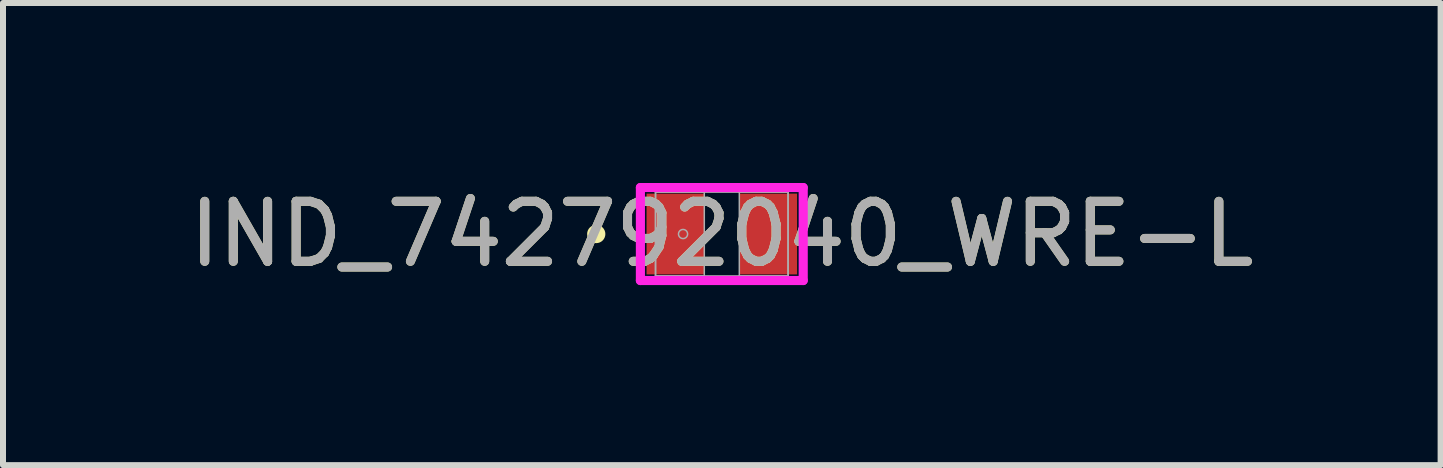
<source format=kicad_pcb>
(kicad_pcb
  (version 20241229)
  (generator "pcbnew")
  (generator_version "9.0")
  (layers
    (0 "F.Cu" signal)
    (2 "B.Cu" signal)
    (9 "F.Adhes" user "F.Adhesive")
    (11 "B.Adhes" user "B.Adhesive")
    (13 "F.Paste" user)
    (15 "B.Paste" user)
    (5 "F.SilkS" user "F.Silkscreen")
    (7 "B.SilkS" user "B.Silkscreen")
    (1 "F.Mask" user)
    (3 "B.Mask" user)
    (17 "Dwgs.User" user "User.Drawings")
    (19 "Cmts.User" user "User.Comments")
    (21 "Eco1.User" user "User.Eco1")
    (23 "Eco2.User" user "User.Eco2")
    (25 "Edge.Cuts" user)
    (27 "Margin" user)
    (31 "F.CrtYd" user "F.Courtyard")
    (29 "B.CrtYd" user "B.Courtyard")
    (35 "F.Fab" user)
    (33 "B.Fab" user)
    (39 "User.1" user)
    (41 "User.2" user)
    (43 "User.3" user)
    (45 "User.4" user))
  (footprint "IND_742792040_WRE-L"
    (layer "F.Cu")
    (at 8.982 0.851)
    (property "Reference" "IND_742792040_WRE-L" (at 0 0 0) (unlocked yes) (layer "F.SilkS") (effects (font (size 1 1) (thickness 0.15))))
    (attr smd)
    (fp_circle (center -2.093 0) (end -2.017 0) (stroke (width 0.152) (type solid)) (fill no) (layer "F.SilkS"))
    (fp_line (start -1.357 -0.775) (end 1.357 -0.775) (stroke (width 0.152) (type solid)) (layer "F.CrtYd"))
    (fp_line (start -1.357 0.775) (end -1.357 -0.775) (stroke (width 0.152) (type solid)) (layer "F.CrtYd"))
    (fp_line (start 1.357 -0.775) (end 1.357 0.775) (stroke (width 0.152) (type solid)) (layer "F.CrtYd"))
    (fp_line (start 1.357 0.775) (end -1.357 0.775) (stroke (width 0.152) (type solid)) (layer "F.CrtYd"))
    (fp_line (start -1.105 -0.699) (end -1.105 0.699) (stroke (width 0.025) (type solid)) (layer "F.Fab"))
    (fp_line (start -1.105 -0.699) (end -1.105 0.699) (stroke (width 0.025) (type solid)) (layer "F.Fab"))
    (fp_line (start -1.105 0.699) (end -0.292 0.699) (stroke (width 0.025) (type solid)) (layer "F.Fab"))
    (fp_line (start -1.105 0.699) (end 1.105 0.699) (stroke (width 0.025) (type solid)) (layer "F.Fab"))
    (fp_line (start -0.292 -0.699) (end -1.105 -0.699) (stroke (width 0.025) (type solid)) (layer "F.Fab"))
    (fp_line (start -0.292 0.699) (end -0.292 -0.699) (stroke (width 0.025) (type solid)) (layer "F.Fab"))
    (fp_line (start 0.292 -0.699) (end 0.292 0.699) (stroke (width 0.025) (type solid)) (layer "F.Fab"))
    (fp_line (start 0.292 0.699) (end 1.105 0.699) (stroke (width 0.025) (type solid)) (layer "F.Fab"))
    (fp_line (start 1.105 -0.699) (end -1.105 -0.699) (stroke (width 0.025) (type solid)) (layer "F.Fab"))
    (fp_line (start 1.105 -0.699) (end 0.292 -0.699) (stroke (width 0.025) (type solid)) (layer "F.Fab"))
    (fp_line (start 1.105 0.699) (end 1.105 -0.699) (stroke (width 0.025) (type solid)) (layer "F.Fab"))
    (fp_line (start 1.105 0.699) (end 1.105 -0.699) (stroke (width 0.025) (type solid)) (layer "F.Fab"))
    (fp_circle (center -0.646 0) (end -0.57 0) (stroke (width 0.025) (type solid)) (fill no) (layer "F.Fab"))
    (fp_text user "${REFERENCE}" (at 0 0 0) (unlocked yes) (layer "F.Fab") (effects (font (size 1 1) (thickness 0.15))))
    (pad "1" smd rect (at -0.773 0) (size 0.963 1.347) (layers "F.Cu" "F.Mask" "F.Paste"))
    (pad "2" smd rect (at 0.773 0) (size 0.963 1.347) (layers "F.Cu" "F.Mask" "F.Paste"))
    (zone (net_name "") (layer "F.Cu") (hatch full 0.508) (connect_pads) (min_thickness 0.254) (filled_areas_thickness no) (keepout (tracks not_allowed) (vias not_allowed) (pads allowed) (copperpour not_allowed) (footprints allowed)) (placement (enabled no)) (fill) (polygon (pts (xy 8.741 0.204) (xy 9.223 0.204) (xy 9.223 1.499) (xy 8.741 1.499)))))
  (gr_rect
    (start -3 -3)
    (end 20.964 4.703)
    (stroke (width 0.1) (type default))
    (fill no)
    (layer "Edge.Cuts")))
</source>
